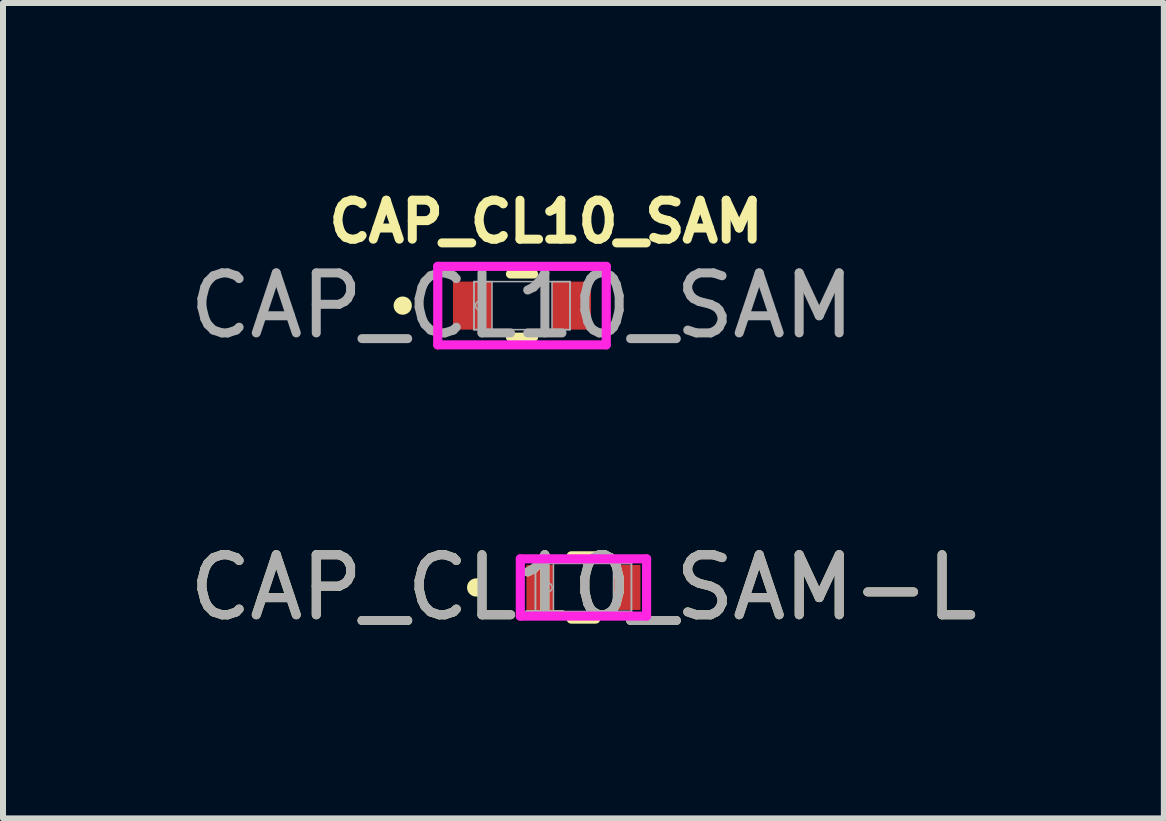
<source format=kicad_pcb>
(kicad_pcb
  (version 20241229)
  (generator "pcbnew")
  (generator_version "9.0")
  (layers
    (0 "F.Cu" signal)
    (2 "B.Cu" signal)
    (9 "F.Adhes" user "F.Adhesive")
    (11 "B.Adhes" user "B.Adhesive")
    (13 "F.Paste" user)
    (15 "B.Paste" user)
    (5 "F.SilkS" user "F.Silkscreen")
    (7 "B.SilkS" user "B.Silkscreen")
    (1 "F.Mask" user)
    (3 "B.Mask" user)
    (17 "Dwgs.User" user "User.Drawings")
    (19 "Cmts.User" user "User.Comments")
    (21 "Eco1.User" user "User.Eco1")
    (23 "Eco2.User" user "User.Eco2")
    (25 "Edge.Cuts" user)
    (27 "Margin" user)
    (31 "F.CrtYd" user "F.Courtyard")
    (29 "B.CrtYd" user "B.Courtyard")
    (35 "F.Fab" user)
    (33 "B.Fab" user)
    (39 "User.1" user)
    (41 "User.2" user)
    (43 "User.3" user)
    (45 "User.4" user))
  (footprint "CAP_CL10_SAM-L"
    (layer "F.Cu")
    (at 6.673 6.74)
    (property "Reference" "CAP_CL10_SAM-L" (at 0 0 0) (unlocked yes) (layer "F.SilkS") (effects (font (size 1 1) (thickness 0.15))))
    (attr smd)
    (fp_line (start -0.204 0.527) (end 0.204 0.527) (stroke (width 0.152) (type solid)) (layer "F.SilkS"))
    (fp_line (start 0.204 -0.527) (end -0.204 -0.527) (stroke (width 0.152) (type solid)) (layer "F.SilkS"))
    (fp_circle (center -1.788 0) (end -1.712 0) (stroke (width 0.152) (type solid)) (fill no) (layer "F.SilkS"))
    (fp_line (start -1.052 -0.477) (end 1.052 -0.477) (stroke (width 0.152) (type solid)) (layer "F.CrtYd"))
    (fp_line (start -1.052 0.477) (end -1.052 -0.477) (stroke (width 0.152) (type solid)) (layer "F.CrtYd"))
    (fp_line (start 1.052 -0.477) (end 1.052 0.477) (stroke (width 0.152) (type solid)) (layer "F.CrtYd"))
    (fp_line (start 1.052 0.477) (end -1.052 0.477) (stroke (width 0.152) (type solid)) (layer "F.CrtYd"))
    (fp_line (start -0.8 -0.4) (end -0.8 0.4) (stroke (width 0.025) (type solid)) (layer "F.Fab"))
    (fp_line (start -0.8 -0.4) (end -0.8 0.4) (stroke (width 0.025) (type solid)) (layer "F.Fab"))
    (fp_line (start -0.8 0.4) (end -0.5 0.4) (stroke (width 0.025) (type solid)) (layer "F.Fab"))
    (fp_line (start -0.8 0.4) (end 0.8 0.4) (stroke (width 0.025) (type solid)) (layer "F.Fab"))
    (fp_line (start -0.5 -0.4) (end -0.8 -0.4) (stroke (width 0.025) (type solid)) (layer "F.Fab"))
    (fp_line (start -0.5 0.4) (end -0.5 -0.4) (stroke (width 0.025) (type solid)) (layer "F.Fab"))
    (fp_line (start 0.5 -0.4) (end 0.5 0.4) (stroke (width 0.025) (type solid)) (layer "F.Fab"))
    (fp_line (start 0.5 0.4) (end 0.8 0.4) (stroke (width 0.025) (type solid)) (layer "F.Fab"))
    (fp_line (start 0.8 -0.4) (end -0.8 -0.4) (stroke (width 0.025) (type solid)) (layer "F.Fab"))
    (fp_line (start 0.8 -0.4) (end 0.5 -0.4) (stroke (width 0.025) (type solid)) (layer "F.Fab"))
    (fp_line (start 0.8 0.4) (end 0.8 -0.4) (stroke (width 0.025) (type solid)) (layer "F.Fab"))
    (fp_line (start 0.8 0.4) (end 0.8 -0.4) (stroke (width 0.025) (type solid)) (layer "F.Fab"))
    (fp_circle (center -0.598 0) (end -0.522 0) (stroke (width 0.025) (type solid)) (fill no) (layer "F.Fab"))
    (fp_text user "${REFERENCE}" (at 0 0 0) (unlocked yes) (layer "F.Fab") (effects (font (size 1 1) (thickness 0.15))))
    (pad "1" smd rect (at -0.725 0) (size 0.45 0.75) (layers "F.Cu" "F.Mask" "F.Paste"))
    (pad "2" smd rect (at 0.725 0) (size 0.45 0.75) (layers "F.Cu" "F.Mask" "F.Paste"))
    (zone (net_name "") (layer "F.Cu") (hatch full 0.508) (connect_pads) (min_thickness 0.254) (filled_areas_thickness no) (keepout (tracks not_allowed) (vias not_allowed) (pads allowed) (copperpour not_allowed) (footprints allowed)) (placement (enabled no)) (fill) (polygon (pts (xy 6.223 6.391) (xy 7.122 6.391) (xy 7.122 7.089) (xy 6.223 7.089)))))
  (footprint "CAP_CL10_SAM"
    (layer "F.Cu")
    (at 5.649 2.043)
    (property "Reference" "CAP_CL10_SAM" (at 0.4 -1.4 0) (unlocked yes) (layer "F.SilkS") (effects (font (size 0.65 0.65) (thickness 0.15))))
    (attr smd)
    (fp_line (start -0.192 0.527) (end 0.192 0.527) (stroke (width 0.152) (type solid)) (layer "F.SilkS"))
    (fp_line (start 0.192 -0.527) (end -0.192 -0.527) (stroke (width 0.152) (type solid)) (layer "F.SilkS"))
    (fp_circle (center -1.988 0) (end -1.912 0) (stroke (width 0.152) (type solid)) (fill no) (layer "F.SilkS"))
    (fp_line (start -1.404 -0.654) (end 1.404 -0.654) (stroke (width 0.152) (type solid)) (layer "F.CrtYd"))
    (fp_line (start -1.404 0.654) (end -1.404 -0.654) (stroke (width 0.152) (type solid)) (layer "F.CrtYd"))
    (fp_line (start 1.404 -0.654) (end 1.404 0.654) (stroke (width 0.152) (type solid)) (layer "F.CrtYd"))
    (fp_line (start 1.404 0.654) (end -1.404 0.654) (stroke (width 0.152) (type solid)) (layer "F.CrtYd"))
    (fp_line (start -0.8 -0.4) (end -0.8 0.4) (stroke (width 0.025) (type solid)) (layer "F.Fab"))
    (fp_line (start -0.8 -0.4) (end -0.8 0.4) (stroke (width 0.025) (type solid)) (layer "F.Fab"))
    (fp_line (start -0.8 0.4) (end -0.5 0.4) (stroke (width 0.025) (type solid)) (layer "F.Fab"))
    (fp_line (start -0.8 0.4) (end 0.8 0.4) (stroke (width 0.025) (type solid)) (layer "F.Fab"))
    (fp_line (start -0.5 -0.4) (end -0.8 -0.4) (stroke (width 0.025) (type solid)) (layer "F.Fab"))
    (fp_line (start -0.5 0.4) (end -0.5 -0.4) (stroke (width 0.025) (type solid)) (layer "F.Fab"))
    (fp_line (start 0.5 -0.4) (end 0.5 0.4) (stroke (width 0.025) (type solid)) (layer "F.Fab"))
    (fp_line (start 0.5 0.4) (end 0.8 0.4) (stroke (width 0.025) (type solid)) (layer "F.Fab"))
    (fp_line (start 0.8 -0.4) (end -0.8 -0.4) (stroke (width 0.025) (type solid)) (layer "F.Fab"))
    (fp_line (start 0.8 -0.4) (end 0.5 -0.4) (stroke (width 0.025) (type solid)) (layer "F.Fab"))
    (fp_line (start 0.8 0.4) (end 0.8 -0.4) (stroke (width 0.025) (type solid)) (layer "F.Fab"))
    (fp_line (start 0.8 0.4) (end 0.8 -0.4) (stroke (width 0.025) (type solid)) (layer "F.Fab"))
    (fp_circle (center -0.698 0) (end -0.622 0) (stroke (width 0.025) (type solid)) (fill no) (layer "F.Fab"))
    (fp_text user "${REFERENCE}" (at 0 0 0) (unlocked yes) (layer "F.Fab") (effects (font (size 1 1) (thickness 0.15))))
    (pad "1" smd rect (at -0.825 0) (size 0.65 0.8) (layers "F.Cu" "F.Mask" "F.Paste"))
    (pad "2" smd rect (at 0.825 0) (size 0.65 0.8) (layers "F.Cu" "F.Mask" "F.Paste"))
    (zone (net_name "") (layer "F.Cu") (hatch full 0.508) (connect_pads) (min_thickness 0.254) (filled_areas_thickness no) (keepout (tracks not_allowed) (vias not_allowed) (pads allowed) (copperpour not_allowed) (footprints allowed)) (placement (enabled no)) (fill) (polygon (pts (xy 5.2 1.694) (xy 6.098 1.694) (xy 6.098 2.393) (xy 5.2 2.393)))))
  (gr_rect
    (start -3 -3)
    (end 16.345 10.588)
    (stroke (width 0.1) (type default))
    (fill no)
    (layer "Edge.Cuts")))
</source>
